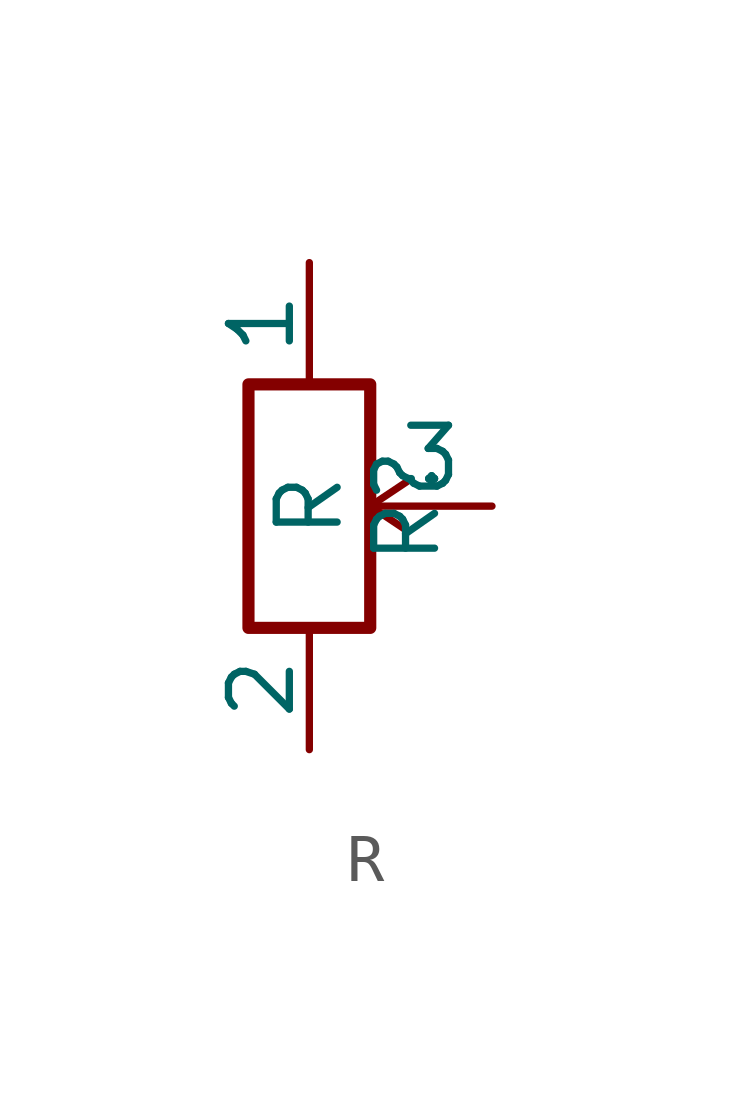
<source format=kicad_sym>
(kicad_symbol_lib
  (version 20241209)
  (generator "kicad_symbol_editor")
  (generator_version "9.0")
  (symbol "R"
    (pin_numbers
      (hide yes))
    (pin_names
      (offset 0))
    (property "Reference" "R"
      (at 2.032 0 90)
      (effects (font (size 1.27 1.27))))
    (property "Value" "R"
      (at 0 0 90)
      (effects (font (size 1.27 1.27))))
    (symbol "R_0_1"
      (rectangle (start -1.27 2.54) (end 1.27 -2.54) (stroke (width 0.254) (type default)) (fill (type none)))
      (polyline (pts (xy 2.032 0.508) (xy 1.27 0) (xy 2.032 -0.508)) (stroke (width 0) (type default)) (fill (type none))))
    (symbol "R_1_1"
      (pin passive line (at 0 5.08 270) (length 2.54) (name "1" (effects (font (size 1.27 1.27)))) (number "" (effects (font (size 1.27 1.27)))))
      (pin passive line (at 0 -5.08 90) (length 2.54) (name "2" (effects (font (size 1.27 1.27)))) (number "" (effects (font (size 1.27 1.27)))))
      (pin passive line (at 3.81 0 180) (length 2.54) (name "3" (effects (font (size 1.27 1.27)))) (number "" (effects (font (size 1.27 1.27))))))))
</source>
